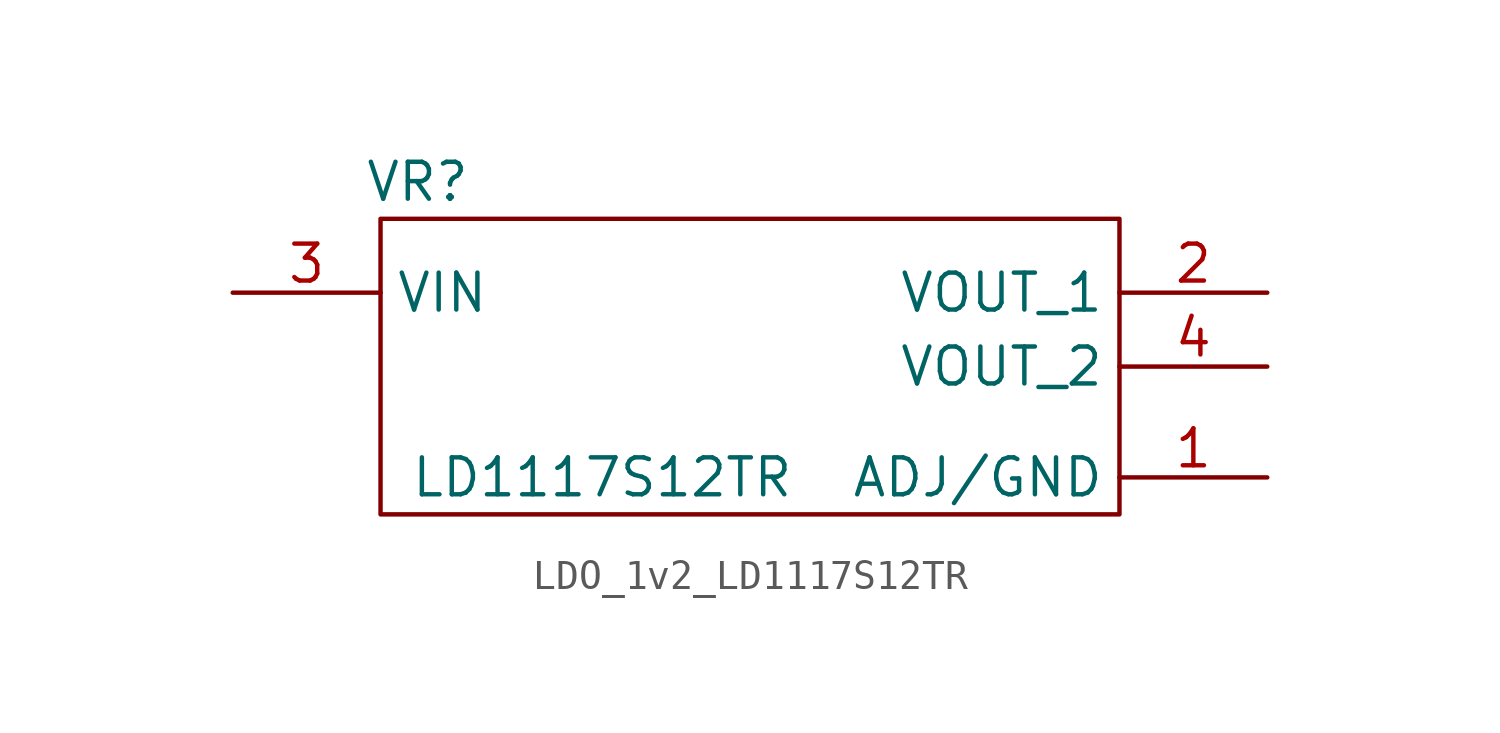
<source format=kicad_sym>
(kicad_symbol_lib
  (version 20220914)
  (generator kicad_symbol_editor)
  (symbol "LDO_1v2_LD1117S12TR"
    (property "Reference" "VR"
      (at 1.27 1.27 0)
      (effects (font (size 1.27 1.27))))
    (property "Value" "LD1117S12TR"
      (at 7.62 -8.89 0)
      (effects (font (size 1.27 1.27))))
    (symbol "LDO_1v2_LD1117S12TR_0_1"
      (rectangle (start 0 0) (end 25.4 -10.16) (stroke (width 0) (type default)) (fill (type none))))
    (symbol "LDO_1v2_LD1117S12TR_1_1"
      (pin passive line (at 30.48 -8.89 180) (length 5.08) (name "ADJ/GND" (effects (font (size 1.27 1.27)))) (number "1" (effects (font (size 1.27 1.27)))))
      (pin passive line (at 30.48 -2.54 180) (length 5.08) (name "VOUT_1" (effects (font (size 1.27 1.27)))) (number "2" (effects (font (size 1.27 1.27)))))
      (pin passive line (at -5.08 -2.54 0) (length 5.08) (name "VIN" (effects (font (size 1.27 1.27)))) (number "3" (effects (font (size 1.27 1.27)))))
      (pin passive line (at 30.48 -5.08 180) (length 5.08) (name "VOUT_2" (effects (font (size 1.27 1.27)))) (number "4" (effects (font (size 1.27 1.27))))))))
</source>
